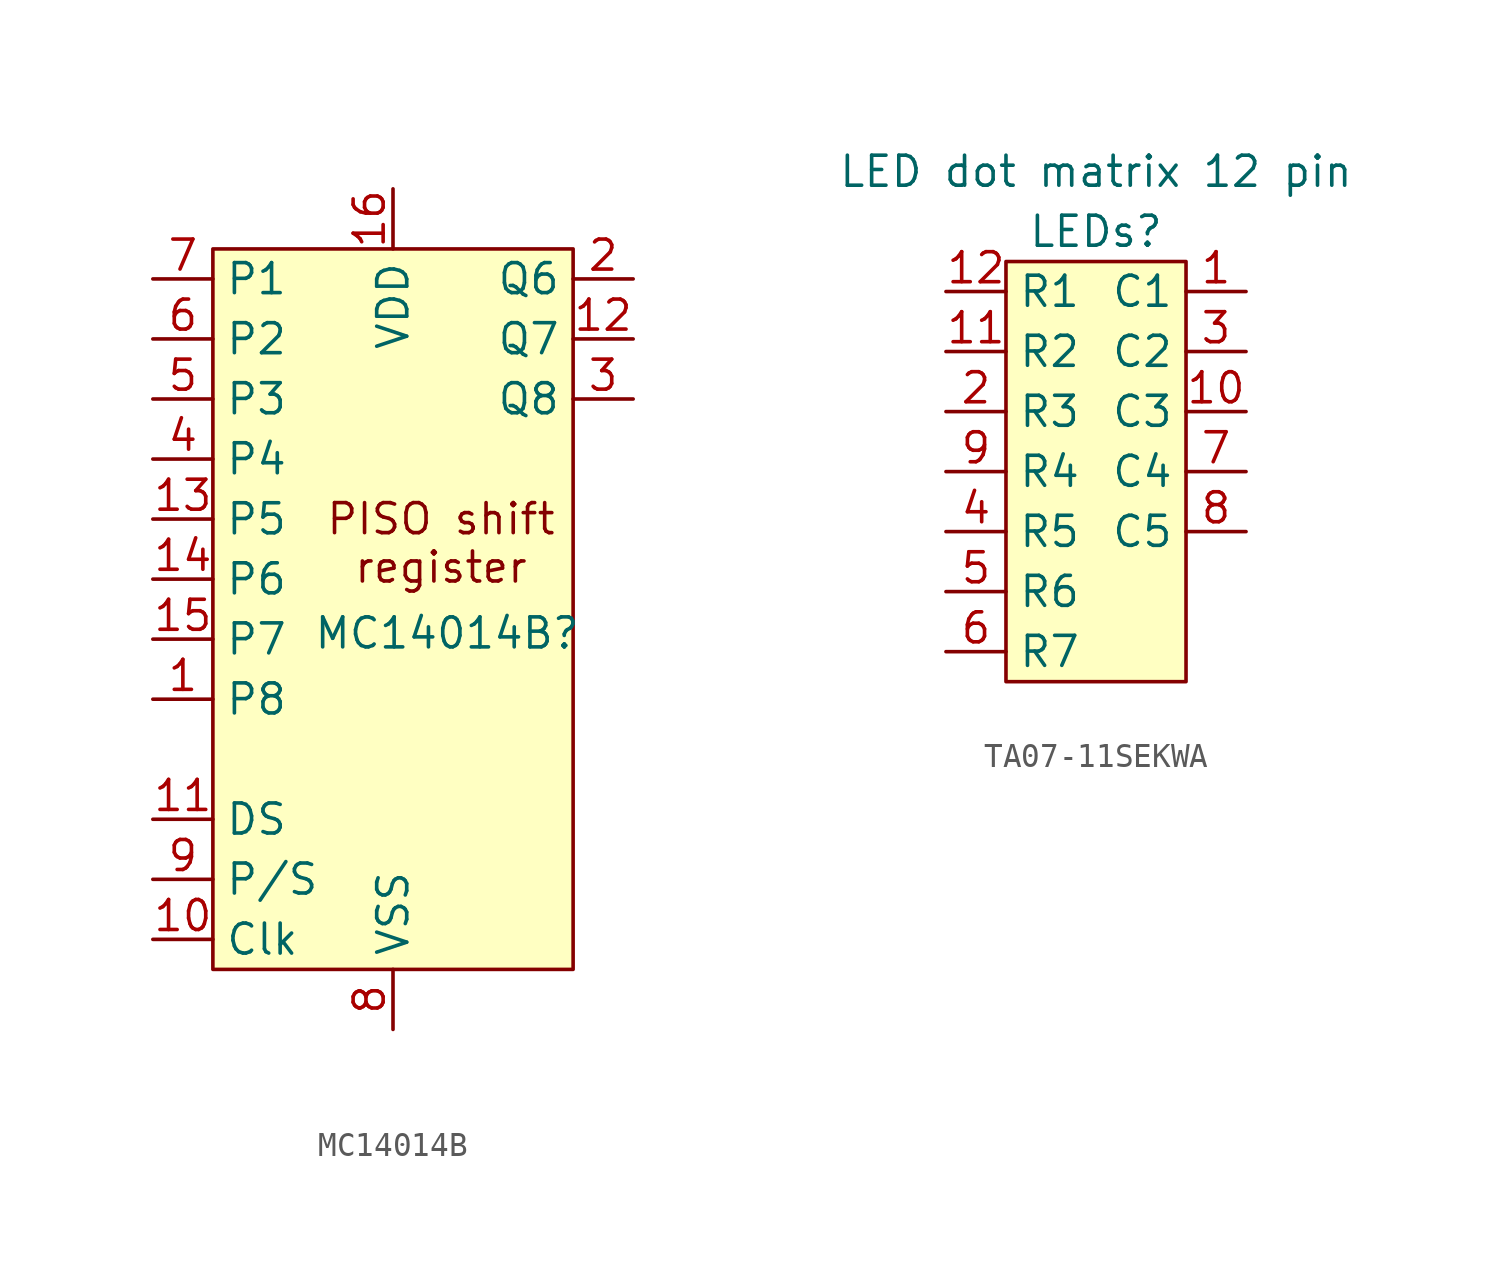
<source format=kicad_sym>
(kicad_symbol_lib
  (version 20231120)
  (generator "kicad_symbol_editor")
  (generator_version "8.0")
  (symbol "MC14014B"
    (property "Reference" "MC14014B"
      (at 2.286 -14.986 0)
      (effects (font (size 1.27 1.27))))
    (property "Value" ""
      (at 6.35 0 0)
      (effects (font (size 1.27 1.27))))
    (property "ki_locked" ""
      (at 0 0 0)
      (effects (font (size 1.27 1.27))))
    (symbol "MC14014B_1_1"
      (rectangle (start -7.62 1.27) (end 7.62 -29.21) (stroke (width 0) (type default)) (fill (type background)))
      (text "PISO shift\nregister" (at 2.032 -11.176 0) (effects (font (size 1.27 1.27))))
      (pin input line (at -10.16 -17.78 0) (length 2.54) (name "P8" (effects (font (size 1.27 1.27)))) (number "1" (effects (font (size 1.27 1.27)))))
      (pin input line (at -10.16 -27.94 0) (length 2.54) (name "Clk" (effects (font (size 1.27 1.27)))) (number "10" (effects (font (size 1.27 1.27)))))
      (pin input line (at -10.16 -22.86 0) (length 2.54) (name "DS" (effects (font (size 1.27 1.27)))) (number "11" (effects (font (size 1.27 1.27)))))
      (pin output line (at 10.16 -2.54 180) (length 2.54) (name "Q7" (effects (font (size 1.27 1.27)))) (number "12" (effects (font (size 1.27 1.27)))))
      (pin input line (at -10.16 -10.16 0) (length 2.54) (name "P5" (effects (font (size 1.27 1.27)))) (number "13" (effects (font (size 1.27 1.27)))))
      (pin input line (at -10.16 -12.7 0) (length 2.54) (name "P6" (effects (font (size 1.27 1.27)))) (number "14" (effects (font (size 1.27 1.27)))))
      (pin input line (at -10.16 -15.24 0) (length 2.54) (name "P7" (effects (font (size 1.27 1.27)))) (number "15" (effects (font (size 1.27 1.27)))))
      (pin power_in line (at 0 3.81 270) (length 2.54) (name "VDD" (effects (font (size 1.27 1.27)))) (number "16" (effects (font (size 1.27 1.27)))))
      (pin output line (at 10.16 0 180) (length 2.54) (name "Q6" (effects (font (size 1.27 1.27)))) (number "2" (effects (font (size 1.27 1.27)))))
      (pin output line (at 10.16 -5.08 180) (length 2.54) (name "Q8" (effects (font (size 1.27 1.27)))) (number "3" (effects (font (size 1.27 1.27)))))
      (pin input line (at -10.16 -7.62 0) (length 2.54) (name "P4" (effects (font (size 1.27 1.27)))) (number "4" (effects (font (size 1.27 1.27)))))
      (pin input line (at -10.16 -5.08 0) (length 2.54) (name "P3" (effects (font (size 1.27 1.27)))) (number "5" (effects (font (size 1.27 1.27)))))
      (pin input line (at -10.16 -2.54 0) (length 2.54) (name "P2" (effects (font (size 1.27 1.27)))) (number "6" (effects (font (size 1.27 1.27)))))
      (pin input line (at -10.16 0 0) (length 2.54) (name "P1" (effects (font (size 1.27 1.27)))) (number "7" (effects (font (size 1.27 1.27)))))
      (pin power_in line (at 0 -31.75 90) (length 2.54) (name "VSS" (effects (font (size 1.27 1.27)))) (number "8" (effects (font (size 1.27 1.27)))))
      (pin input line (at -10.16 -25.4 0) (length 2.54) (name "P/S" (effects (font (size 1.27 1.27)))) (number "9" (effects (font (size 1.27 1.27)))))))
  (symbol "TA07-11SEKWA"
    (property "Reference" "LEDs"
      (at 0 2.54 0)
      (effects (font (size 1.27 1.27))))
    (property "Value" " LED dot matrix 12 pin"
      (at 0 5.08 0)
      (effects (font (size 1.27 1.27))))
    (symbol "TA07-11SEKWA_1_1"
      (polyline (pts (xy -3.81 1.27) (xy -3.81 -16.51) (xy 3.81 -16.51) (xy 3.81 1.27) (xy -3.81 1.27)) (stroke (width 0) (type default)) (fill (type background)))
      (pin passive line (at 6.35 0 180) (length 2.54) (name "C1" (effects (font (size 1.27 1.27)))) (number "1" (effects (font (size 1.27 1.27)))))
      (pin passive line (at 6.35 -5.08 180) (length 2.54) (name "C3" (effects (font (size 1.27 1.27)))) (number "10" (effects (font (size 1.27 1.27)))))
      (pin passive line (at -6.35 -2.54 0) (length 2.54) (name "R2" (effects (font (size 1.27 1.27)))) (number "11" (effects (font (size 1.27 1.27)))))
      (pin passive line (at -6.35 0 0) (length 2.54) (name "R1" (effects (font (size 1.27 1.27)))) (number "12" (effects (font (size 1.27 1.27)))))
      (pin passive line (at -6.35 -5.08 0) (length 2.54) (name "R3" (effects (font (size 1.27 1.27)))) (number "2" (effects (font (size 1.27 1.27)))))
      (pin passive line (at 6.35 -2.54 180) (length 2.54) (name "C2" (effects (font (size 1.27 1.27)))) (number "3" (effects (font (size 1.27 1.27)))))
      (pin passive line (at -6.35 -10.16 0) (length 2.54) (name "R5" (effects (font (size 1.27 1.27)))) (number "4" (effects (font (size 1.27 1.27)))))
      (pin passive line (at -6.35 -12.7 0) (length 2.54) (name "R6" (effects (font (size 1.27 1.27)))) (number "5" (effects (font (size 1.27 1.27)))))
      (pin passive line (at -6.35 -15.24 0) (length 2.54) (name "R7" (effects (font (size 1.27 1.27)))) (number "6" (effects (font (size 1.27 1.27)))))
      (pin passive line (at 6.35 -7.62 180) (length 2.54) (name "C4" (effects (font (size 1.27 1.27)))) (number "7" (effects (font (size 1.27 1.27)))))
      (pin passive line (at 6.35 -10.16 180) (length 2.54) (name "C5" (effects (font (size 1.27 1.27)))) (number "8" (effects (font (size 1.27 1.27)))))
      (pin passive line (at -6.35 -7.62 0) (length 2.54) (name "R4" (effects (font (size 1.27 1.27)))) (number "9" (effects (font (size 1.27 1.27))))))))
</source>
